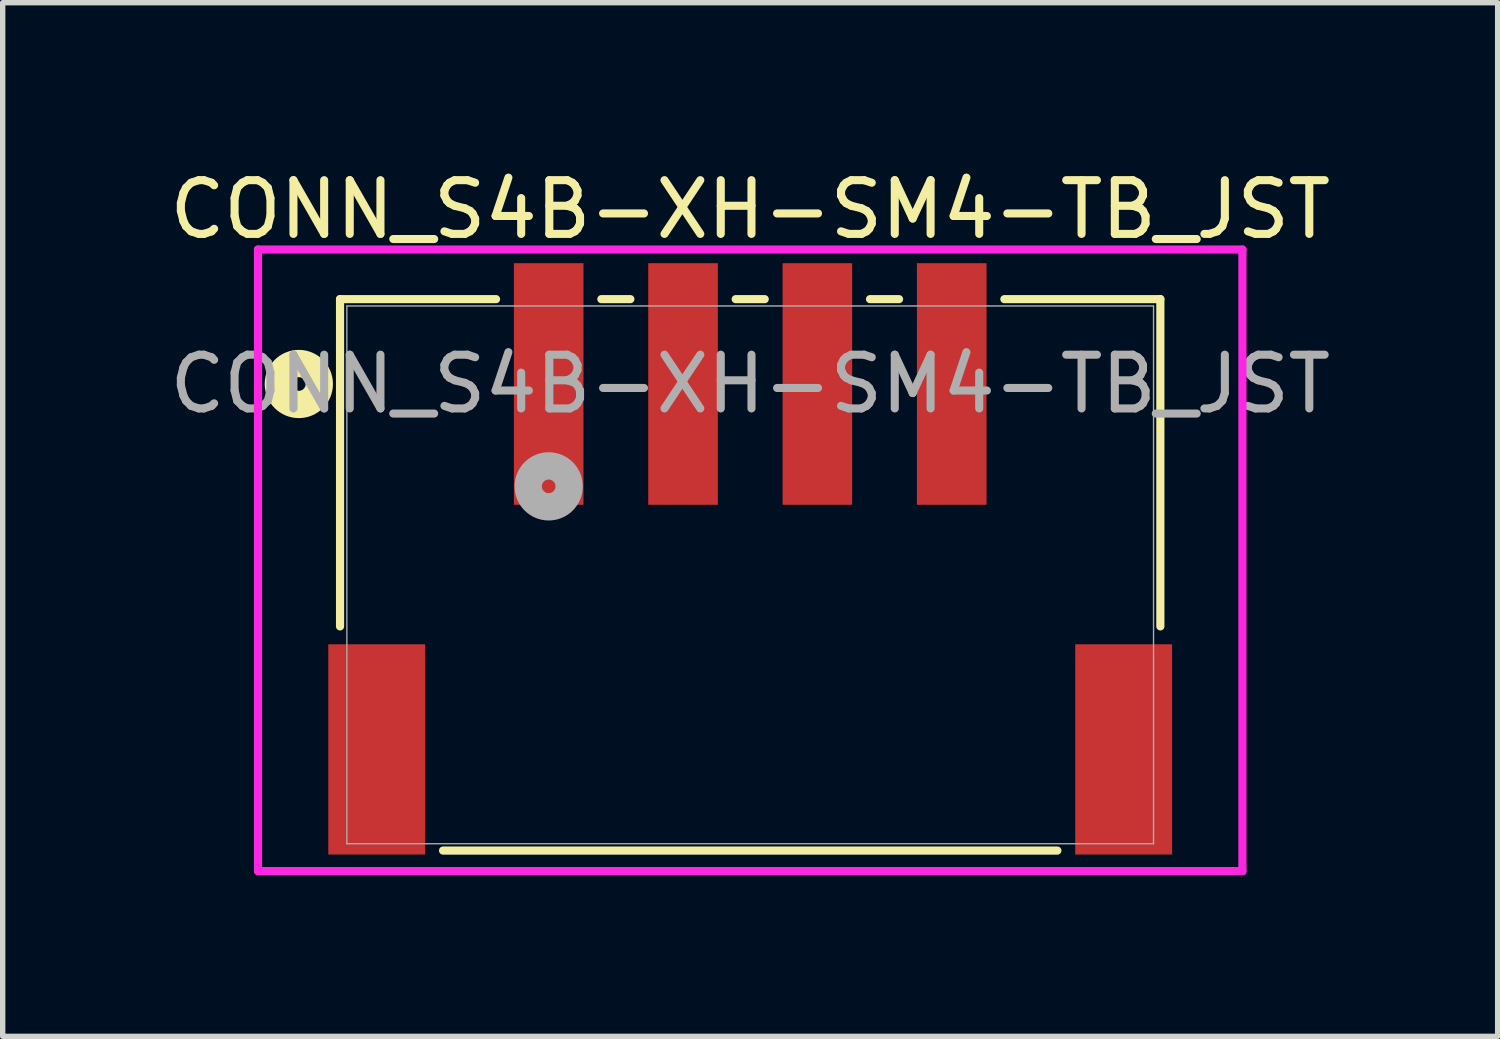
<source format=kicad_pcb>
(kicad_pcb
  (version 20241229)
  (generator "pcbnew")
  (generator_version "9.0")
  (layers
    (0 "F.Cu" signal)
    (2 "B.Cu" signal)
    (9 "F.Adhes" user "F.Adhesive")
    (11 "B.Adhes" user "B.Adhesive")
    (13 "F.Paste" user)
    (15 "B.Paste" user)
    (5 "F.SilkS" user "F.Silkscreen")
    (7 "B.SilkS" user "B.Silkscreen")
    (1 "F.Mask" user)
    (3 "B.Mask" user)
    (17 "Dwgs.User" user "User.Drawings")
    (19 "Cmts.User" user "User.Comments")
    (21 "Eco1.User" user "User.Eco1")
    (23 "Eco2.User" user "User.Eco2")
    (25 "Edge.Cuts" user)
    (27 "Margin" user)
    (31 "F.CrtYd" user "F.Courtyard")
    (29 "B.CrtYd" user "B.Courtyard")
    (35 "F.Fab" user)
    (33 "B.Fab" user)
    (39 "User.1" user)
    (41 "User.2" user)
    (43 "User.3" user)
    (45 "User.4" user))
  (footprint "CONN_S4B-XH-SM4-TB_JST"
    (layer "F.Cu")
    (at 10.911 7.648)
    (property "Reference" "CONN_S4B-XH-SM4-TB_JST" (at 0 -6.8 0) (unlocked yes) (layer "F.SilkS") (effects (font (size 1 1) (thickness 0.15))))
    (attr smd)
    (fp_line (start -7.633 -5.131) (end -7.633 0.959) (stroke (width 0.152) (type solid)) (layer "F.SilkS"))
    (fp_line (start -5.716 5.131) (end 5.716 5.131) (stroke (width 0.152) (type solid)) (layer "F.SilkS"))
    (fp_line (start -4.73 -5.131) (end -7.633 -5.131) (stroke (width 0.152) (type solid)) (layer "F.SilkS"))
    (fp_line (start -2.23 -5.131) (end -2.77 -5.131) (stroke (width 0.152) (type solid)) (layer "F.SilkS"))
    (fp_line (start 0.27 -5.131) (end -0.27 -5.131) (stroke (width 0.152) (type solid)) (layer "F.SilkS"))
    (fp_line (start 2.77 -5.131) (end 2.23 -5.131) (stroke (width 0.152) (type solid)) (layer "F.SilkS"))
    (fp_line (start 7.633 -5.131) (end 4.73 -5.131) (stroke (width 0.152) (type solid)) (layer "F.SilkS"))
    (fp_line (start 7.633 0.959) (end 7.633 -5.131) (stroke (width 0.152) (type solid)) (layer "F.SilkS"))
    (fp_circle (center -8.4 -3.552) (end -8.019 -3.552) (stroke (width 0.508) (type solid)) (fill no) (layer "F.SilkS"))
    (fp_line (start -9.16 -6.054) (end -9.16 5.512) (stroke (width 0.152) (type solid)) (layer "F.CrtYd"))
    (fp_line (start -9.16 5.512) (end 9.16 5.512) (stroke (width 0.152) (type solid)) (layer "F.CrtYd"))
    (fp_line (start 9.16 -6.054) (end -9.16 -6.054) (stroke (width 0.152) (type solid)) (layer "F.CrtYd"))
    (fp_line (start 9.16 5.512) (end 9.16 -6.054) (stroke (width 0.152) (type solid)) (layer "F.CrtYd"))
    (fp_line (start -7.506 -5.004) (end -7.506 5.004) (stroke (width 0.025) (type solid)) (layer "F.Fab"))
    (fp_line (start -7.506 5.004) (end 7.506 5.004) (stroke (width 0.025) (type solid)) (layer "F.Fab"))
    (fp_line (start 7.506 -5.004) (end -7.506 -5.004) (stroke (width 0.025) (type solid)) (layer "F.Fab"))
    (fp_line (start 7.506 5.004) (end 7.506 -5.004) (stroke (width 0.025) (type solid)) (layer "F.Fab"))
    (fp_circle (center -3.75 -1.647) (end -3.369 -1.647) (stroke (width 0.508) (type solid)) (fill no) (layer "F.Fab"))
    (fp_text user "${REFERENCE}" (at 0 -3.552 0) (unlocked yes) (layer "F.Fab") (effects (font (size 1 1) (thickness 0.15))))
    (pad "2" smd rect (at -3.75 -3.552) (size 1.295 4.496) (layers "F.Cu" "F.Mask" "F.Paste"))
    (pad "3" smd rect (at -6.95 3.248 90) (size 3.912 1.803) (layers "F.Cu" "F.Mask" "F.Paste"))
    (pad "3" smd rect (at -1.25 -3.552) (size 1.295 4.496) (layers "F.Cu" "F.Mask" "F.Paste"))
    (pad "3" smd rect (at 6.95 3.248 90) (size 3.912 1.803) (layers "F.Cu" "F.Mask" "F.Paste"))
    (pad "4" smd rect (at 1.25 -3.552) (size 1.295 4.496) (layers "F.Cu" "F.Mask" "F.Paste"))
    (pad "5" smd rect (at 3.75 -3.552) (size 1.295 4.496) (layers "F.Cu" "F.Mask" "F.Paste")))
  (gr_rect
    (start -3 -3)
    (end 24.821 16.236)
    (stroke (width 0.1) (type default))
    (fill no)
    (layer "Edge.Cuts")))
</source>
